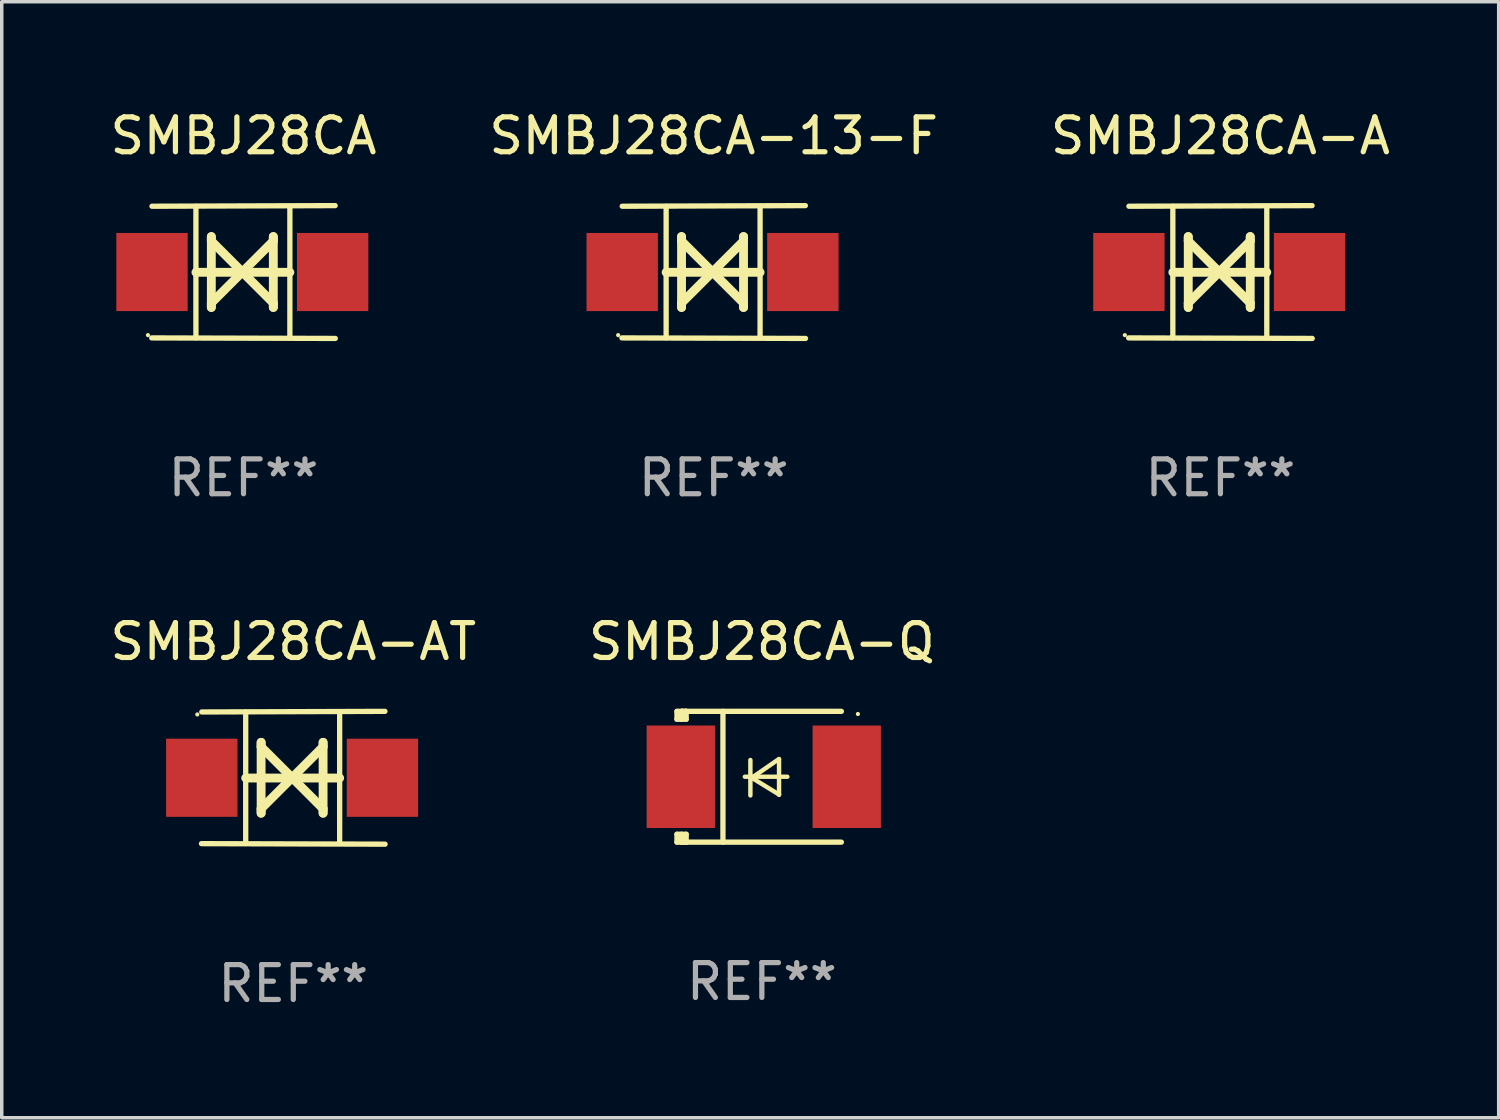
<source format=kicad_pcb>
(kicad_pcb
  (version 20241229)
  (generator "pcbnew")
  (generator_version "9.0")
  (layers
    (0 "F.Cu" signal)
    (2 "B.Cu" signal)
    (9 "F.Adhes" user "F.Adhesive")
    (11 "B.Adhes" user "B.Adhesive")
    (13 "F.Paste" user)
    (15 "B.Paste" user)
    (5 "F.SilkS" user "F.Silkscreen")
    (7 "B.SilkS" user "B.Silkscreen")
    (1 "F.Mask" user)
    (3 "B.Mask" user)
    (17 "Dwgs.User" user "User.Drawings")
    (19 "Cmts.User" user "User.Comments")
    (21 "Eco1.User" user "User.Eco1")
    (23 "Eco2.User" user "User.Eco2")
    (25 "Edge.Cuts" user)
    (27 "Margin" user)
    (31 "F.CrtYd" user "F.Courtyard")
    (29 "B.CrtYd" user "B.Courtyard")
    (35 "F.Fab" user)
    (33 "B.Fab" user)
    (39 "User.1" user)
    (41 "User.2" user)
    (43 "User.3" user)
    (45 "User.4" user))
  (footprint "SMBJ28CA-A"
    (layer "F.Cu")
    (at 31.958 4.753)
    (property "Reference" "SMBJ28CA-A" (at 0 -3.905 0) (layer "F.SilkS") (effects (font (size 1 1) (thickness 0.15))))
    (attr through_hole)
    (fp_line (start -1.365 1.886) (end -1.365 -1.886) (stroke (width 0.152) (type solid)) (layer "F.SilkS"))
    (fp_line (start -1.365 0.008) (end 1.33 0.008) (stroke (width 0.254) (type solid)) (layer "F.SilkS"))
    (fp_line (start -0.923 -1.016) (end -0.923 1.016) (stroke (width 0.254) (type solid)) (layer "F.SilkS"))
    (fp_line (start -0.923 -0.889) (end -0.923 -1.016) (stroke (width 0.254) (type solid)) (layer "F.SilkS"))
    (fp_line (start -0.923 0.889) (end -0.034 0) (stroke (width 0.254) (type solid)) (layer "F.SilkS"))
    (fp_line (start -0.923 1.016) (end -0.923 0.889) (stroke (width 0.254) (type solid)) (layer "F.SilkS"))
    (fp_line (start -0.034 0) (end -0.923 -0.889) (stroke (width 0.254) (type solid)) (layer "F.SilkS"))
    (fp_line (start -0.034 0) (end 0.855 0.889) (stroke (width 0.254) (type solid)) (layer "F.SilkS"))
    (fp_line (start 0.855 -1.016) (end 0.855 -0.889) (stroke (width 0.254) (type solid)) (layer "F.SilkS"))
    (fp_line (start 0.855 -0.889) (end -0.034 0) (stroke (width 0.254) (type solid)) (layer "F.SilkS"))
    (fp_line (start 0.855 0.889) (end 0.855 1.016) (stroke (width 0.254) (type solid)) (layer "F.SilkS"))
    (fp_line (start 0.855 1.016) (end 0.855 -1.016) (stroke (width 0.254) (type solid)) (layer "F.SilkS"))
    (fp_line (start 1.33 1.886) (end 1.33 -1.886) (stroke (width 0.152) (type solid)) (layer "F.SilkS"))
    (fp_line (start 2.629 -1.905) (end -2.625 -1.887) (stroke (width 0.152) (type solid)) (layer "F.SilkS"))
    (fp_line (start 2.633 1.905) (end -2.633 1.89) (stroke (width 0.152) (type solid)) (layer "F.SilkS"))
    (fp_circle (center -2.741 1.81) (end -2.711 1.81) (stroke (width 0.06) (type solid)) (fill no) (layer "F.SilkS"))
    (fp_text user "REF**" (at 0 5.905 0) (layer "F.Fab") (effects (font (size 1 1) (thickness 0.15))))
    (pad "1" smd rect (at -2.625 0) (size 2.047 2.241) (layers "F.Cu" "F.Mask" "F.Paste"))
    (pad "2" smd rect (at 2.557 0) (size 2.047 2.241) (layers "F.Cu" "F.Mask" "F.Paste")))
  (footprint "SMBJ28CA-13-F"
    (layer "F.Cu")
    (at 17.423 4.753)
    (property "Reference" "SMBJ28CA-13-F" (at 0 -3.905 0) (layer "F.SilkS") (effects (font (size 1 1) (thickness 0.15))))
    (attr through_hole)
    (fp_line (start -1.365 1.886) (end -1.365 -1.886) (stroke (width 0.152) (type solid)) (layer "F.SilkS"))
    (fp_line (start -1.365 0.008) (end 1.33 0.008) (stroke (width 0.254) (type solid)) (layer "F.SilkS"))
    (fp_line (start -0.923 -1.016) (end -0.923 1.016) (stroke (width 0.254) (type solid)) (layer "F.SilkS"))
    (fp_line (start -0.923 -0.889) (end -0.923 -1.016) (stroke (width 0.254) (type solid)) (layer "F.SilkS"))
    (fp_line (start -0.923 0.889) (end -0.034 0) (stroke (width 0.254) (type solid)) (layer "F.SilkS"))
    (fp_line (start -0.923 1.016) (end -0.923 0.889) (stroke (width 0.254) (type solid)) (layer "F.SilkS"))
    (fp_line (start -0.034 0) (end -0.923 -0.889) (stroke (width 0.254) (type solid)) (layer "F.SilkS"))
    (fp_line (start -0.034 0) (end 0.855 0.889) (stroke (width 0.254) (type solid)) (layer "F.SilkS"))
    (fp_line (start 0.855 -1.016) (end 0.855 -0.889) (stroke (width 0.254) (type solid)) (layer "F.SilkS"))
    (fp_line (start 0.855 -0.889) (end -0.034 0) (stroke (width 0.254) (type solid)) (layer "F.SilkS"))
    (fp_line (start 0.855 0.889) (end 0.855 1.016) (stroke (width 0.254) (type solid)) (layer "F.SilkS"))
    (fp_line (start 0.855 1.016) (end 0.855 -1.016) (stroke (width 0.254) (type solid)) (layer "F.SilkS"))
    (fp_line (start 1.33 1.886) (end 1.33 -1.886) (stroke (width 0.152) (type solid)) (layer "F.SilkS"))
    (fp_line (start 2.629 -1.905) (end -2.625 -1.887) (stroke (width 0.152) (type solid)) (layer "F.SilkS"))
    (fp_line (start 2.633 1.905) (end -2.633 1.89) (stroke (width 0.152) (type solid)) (layer "F.SilkS"))
    (fp_circle (center -2.741 1.81) (end -2.711 1.81) (stroke (width 0.06) (type solid)) (fill no) (layer "F.SilkS"))
    (fp_text user "REF**" (at 0 5.905 0) (layer "F.Fab") (effects (font (size 1 1) (thickness 0.15))))
    (pad "1" smd rect (at -2.625 0) (size 2.047 2.241) (layers "F.Cu" "F.Mask" "F.Paste"))
    (pad "2" smd rect (at 2.557 0) (size 2.047 2.241) (layers "F.Cu" "F.Mask" "F.Paste")))
  (footprint "SMBJ28CA-Q"
    (layer "F.Cu")
    (at 18.804 19.231)
    (property "Reference" "SMBJ28CA-Q" (at 0 -3.876 0) (layer "F.SilkS") (effects (font (size 1 1) (thickness 0.15))))
    (attr through_hole)
    (fp_line (start -2.435 1.65) (end -2.171 1.65) (stroke (width 0.152) (type solid)) (layer "F.SilkS"))
    (fp_line (start -2.435 1.876) (end -2.435 1.65) (stroke (width 0.152) (type solid)) (layer "F.SilkS"))
    (fp_line (start -2.435 -1.876) (end -2.171 -1.876) (stroke (width 0.152) (type solid)) (layer "F.SilkS"))
    (fp_line (start -2.435 -1.65) (end -2.435 -1.876) (stroke (width 0.152) (type solid)) (layer "F.SilkS"))
    (fp_line (start -2.305 -1.866) (end -2.295 -1.876) (stroke (width 0.152) (type solid)) (layer "F.SilkS"))
    (fp_line (start -2.305 -1.65) (end -2.305 -1.866) (stroke (width 0.152) (type solid)) (layer "F.SilkS"))
    (fp_line (start -2.305 1.876) (end -2.305 1.65) (stroke (width 0.152) (type solid)) (layer "F.SilkS"))
    (fp_line (start -2.295 -1.876) (end -2.295 -1.65) (stroke (width 0.152) (type solid)) (layer "F.SilkS"))
    (fp_line (start -2.171 1.876) (end -2.435 1.876) (stroke (width 0.152) (type solid)) (layer "F.SilkS"))
    (fp_line (start -2.171 -1.65) (end -2.435 -1.65) (stroke (width 0.152) (type solid)) (layer "F.SilkS"))
    (fp_line (start -2.171 -1.876) (end -2.295 -1.876) (stroke (width 0.152) (type solid)) (layer "F.SilkS"))
    (fp_line (start -2.171 -1.65) (end -2.171 -1.876) (stroke (width 0.152) (type solid)) (layer "F.SilkS"))
    (fp_line (start -2.171 1.876) (end -2.305 1.876) (stroke (width 0.152) (type solid)) (layer "F.SilkS"))
    (fp_line (start -2.171 1.876) (end -2.171 1.65) (stroke (width 0.152) (type solid)) (layer "F.SilkS"))
    (fp_line (start -1.116 1.876) (end -1.116 -1.876) (stroke (width 0.152) (type solid)) (layer "F.SilkS"))
    (fp_line (start -0.488 0.000102) (end 0.731 0.000102) (stroke (width 0.127) (type solid)) (layer "F.SilkS"))
    (fp_line (start -0.329 -0.48) (end -0.329 0.536) (stroke (width 0.127) (type solid)) (layer "F.SilkS"))
    (fp_line (start -0.29 0.03) (end 0.493 0.51) (stroke (width 0.127) (type solid)) (layer "F.SilkS"))
    (fp_line (start 0.493 -0.51) (end -0.29 0.03) (stroke (width 0.127) (type solid)) (layer "F.SilkS"))
    (fp_line (start 0.493 0.52) (end 0.493 -0.496) (stroke (width 0.127) (type solid)) (layer "F.SilkS"))
    (fp_line (start 2.281 -1.876) (end -2.171 -1.876) (stroke (width 0.152) (type solid)) (layer "F.SilkS"))
    (fp_line (start 2.281 1.876) (end -2.171 1.876) (stroke (width 0.152) (type solid)) (layer "F.SilkS"))
    (fp_circle (center 2.755 -1.8) (end 2.785 -1.8) (stroke (width 0.06) (type solid)) (fill no) (layer "F.SilkS"))
    (fp_text user "REF**" (at 0 5.876 0) (layer "F.Fab") (effects (font (size 1 1) (thickness 0.15))))
    (pad "1" smd rect (at 2.435 -0.000025 180) (size 1.96 2.94) (layers "F.Cu" "F.Mask" "F.Paste"))
    (pad "2" smd rect (at -2.325 -0.000025 180) (size 1.96 2.94) (layers "F.Cu" "F.Mask" "F.Paste")))
  (footprint "SMBJ28CA-AT"
    (layer "F.Cu")
    (at 5.363 19.26)
    (property "Reference" "SMBJ28CA-AT" (at 0 -3.905 0) (layer "F.SilkS") (effects (font (size 1 1) (thickness 0.15))))
    (attr through_hole)
    (fp_line (start -1.365 1.886) (end -1.365 -1.886) (stroke (width 0.152) (type solid)) (layer "F.SilkS"))
    (fp_line (start -1.365 0.008) (end 1.33 0.008) (stroke (width 0.254) (type solid)) (layer "F.SilkS"))
    (fp_line (start -0.923 -1.016) (end -0.923 1.016) (stroke (width 0.254) (type solid)) (layer "F.SilkS"))
    (fp_line (start -0.923 -0.889) (end -0.923 -1.016) (stroke (width 0.254) (type solid)) (layer "F.SilkS"))
    (fp_line (start -0.923 0.889) (end -0.034 0) (stroke (width 0.254) (type solid)) (layer "F.SilkS"))
    (fp_line (start -0.923 1.016) (end -0.923 0.889) (stroke (width 0.254) (type solid)) (layer "F.SilkS"))
    (fp_line (start -0.034 0) (end -0.923 -0.889) (stroke (width 0.254) (type solid)) (layer "F.SilkS"))
    (fp_line (start -0.034 0) (end 0.855 0.889) (stroke (width 0.254) (type solid)) (layer "F.SilkS"))
    (fp_line (start 0.855 -1.016) (end 0.855 -0.889) (stroke (width 0.254) (type solid)) (layer "F.SilkS"))
    (fp_line (start 0.855 -0.889) (end -0.034 0) (stroke (width 0.254) (type solid)) (layer "F.SilkS"))
    (fp_line (start 0.855 0.889) (end 0.855 1.016) (stroke (width 0.254) (type solid)) (layer "F.SilkS"))
    (fp_line (start 0.855 1.016) (end 0.855 -1.016) (stroke (width 0.254) (type solid)) (layer "F.SilkS"))
    (fp_line (start 1.33 1.886) (end 1.33 -1.886) (stroke (width 0.152) (type solid)) (layer "F.SilkS"))
    (fp_line (start 2.629 -1.905) (end -2.625 -1.887) (stroke (width 0.152) (type solid)) (layer "F.SilkS"))
    (fp_line (start 2.633 1.905) (end -2.633 1.89) (stroke (width 0.152) (type solid)) (layer "F.SilkS"))
    (fp_circle (center -2.753 -1.816) (end -2.723 -1.816) (stroke (width 0.06) (type solid)) (fill no) (layer "F.SilkS"))
    (fp_text user "REF**" (at 0 5.905 0) (layer "F.Fab") (effects (font (size 1 1) (thickness 0.15))))
    (pad "1" smd rect (at -2.625 0) (size 2.047 2.241) (layers "F.Cu" "F.Mask" "F.Paste"))
    (pad "2" smd rect (at 2.557 0) (size 2.047 2.241) (layers "F.Cu" "F.Mask" "F.Paste")))
  (footprint "SMBJ28CA"
    (layer "F.Cu")
    (at 3.935 4.753)
    (property "Reference" "SMBJ28CA" (at 0 -3.905 0) (layer "F.SilkS") (effects (font (size 1 1) (thickness 0.15))))
    (attr through_hole)
    (fp_line (start -1.365 1.886) (end -1.365 -1.886) (stroke (width 0.152) (type solid)) (layer "F.SilkS"))
    (fp_line (start -1.365 0.008) (end 1.33 0.008) (stroke (width 0.254) (type solid)) (layer "F.SilkS"))
    (fp_line (start -0.923 -1.016) (end -0.923 1.016) (stroke (width 0.254) (type solid)) (layer "F.SilkS"))
    (fp_line (start -0.923 -0.889) (end -0.923 -1.016) (stroke (width 0.254) (type solid)) (layer "F.SilkS"))
    (fp_line (start -0.923 0.889) (end -0.034 0) (stroke (width 0.254) (type solid)) (layer "F.SilkS"))
    (fp_line (start -0.923 1.016) (end -0.923 0.889) (stroke (width 0.254) (type solid)) (layer "F.SilkS"))
    (fp_line (start -0.034 0) (end -0.923 -0.889) (stroke (width 0.254) (type solid)) (layer "F.SilkS"))
    (fp_line (start -0.034 0) (end 0.855 0.889) (stroke (width 0.254) (type solid)) (layer "F.SilkS"))
    (fp_line (start 0.855 -1.016) (end 0.855 -0.889) (stroke (width 0.254) (type solid)) (layer "F.SilkS"))
    (fp_line (start 0.855 -0.889) (end -0.034 0) (stroke (width 0.254) (type solid)) (layer "F.SilkS"))
    (fp_line (start 0.855 0.889) (end 0.855 1.016) (stroke (width 0.254) (type solid)) (layer "F.SilkS"))
    (fp_line (start 0.855 1.016) (end 0.855 -1.016) (stroke (width 0.254) (type solid)) (layer "F.SilkS"))
    (fp_line (start 1.33 1.886) (end 1.33 -1.886) (stroke (width 0.152) (type solid)) (layer "F.SilkS"))
    (fp_line (start 2.629 -1.905) (end -2.625 -1.887) (stroke (width 0.152) (type solid)) (layer "F.SilkS"))
    (fp_line (start 2.633 1.905) (end -2.633 1.89) (stroke (width 0.152) (type solid)) (layer "F.SilkS"))
    (fp_circle (center -2.741 1.81) (end -2.711 1.81) (stroke (width 0.06) (type solid)) (fill no) (layer "F.SilkS"))
    (fp_text user "REF**" (at 0 5.905 0) (layer "F.Fab") (effects (font (size 1 1) (thickness 0.15))))
    (pad "1" smd rect (at -2.625 0) (size 2.047 2.241) (layers "F.Cu" "F.Mask" "F.Paste"))
    (pad "2" smd rect (at 2.557 0) (size 2.047 2.241) (layers "F.Cu" "F.Mask" "F.Paste")))
  (gr_rect
    (start -3 -3)
    (end 39.94 29.013)
    (stroke (width 0.1) (type default))
    (fill no)
    (layer "Edge.Cuts")))
</source>
